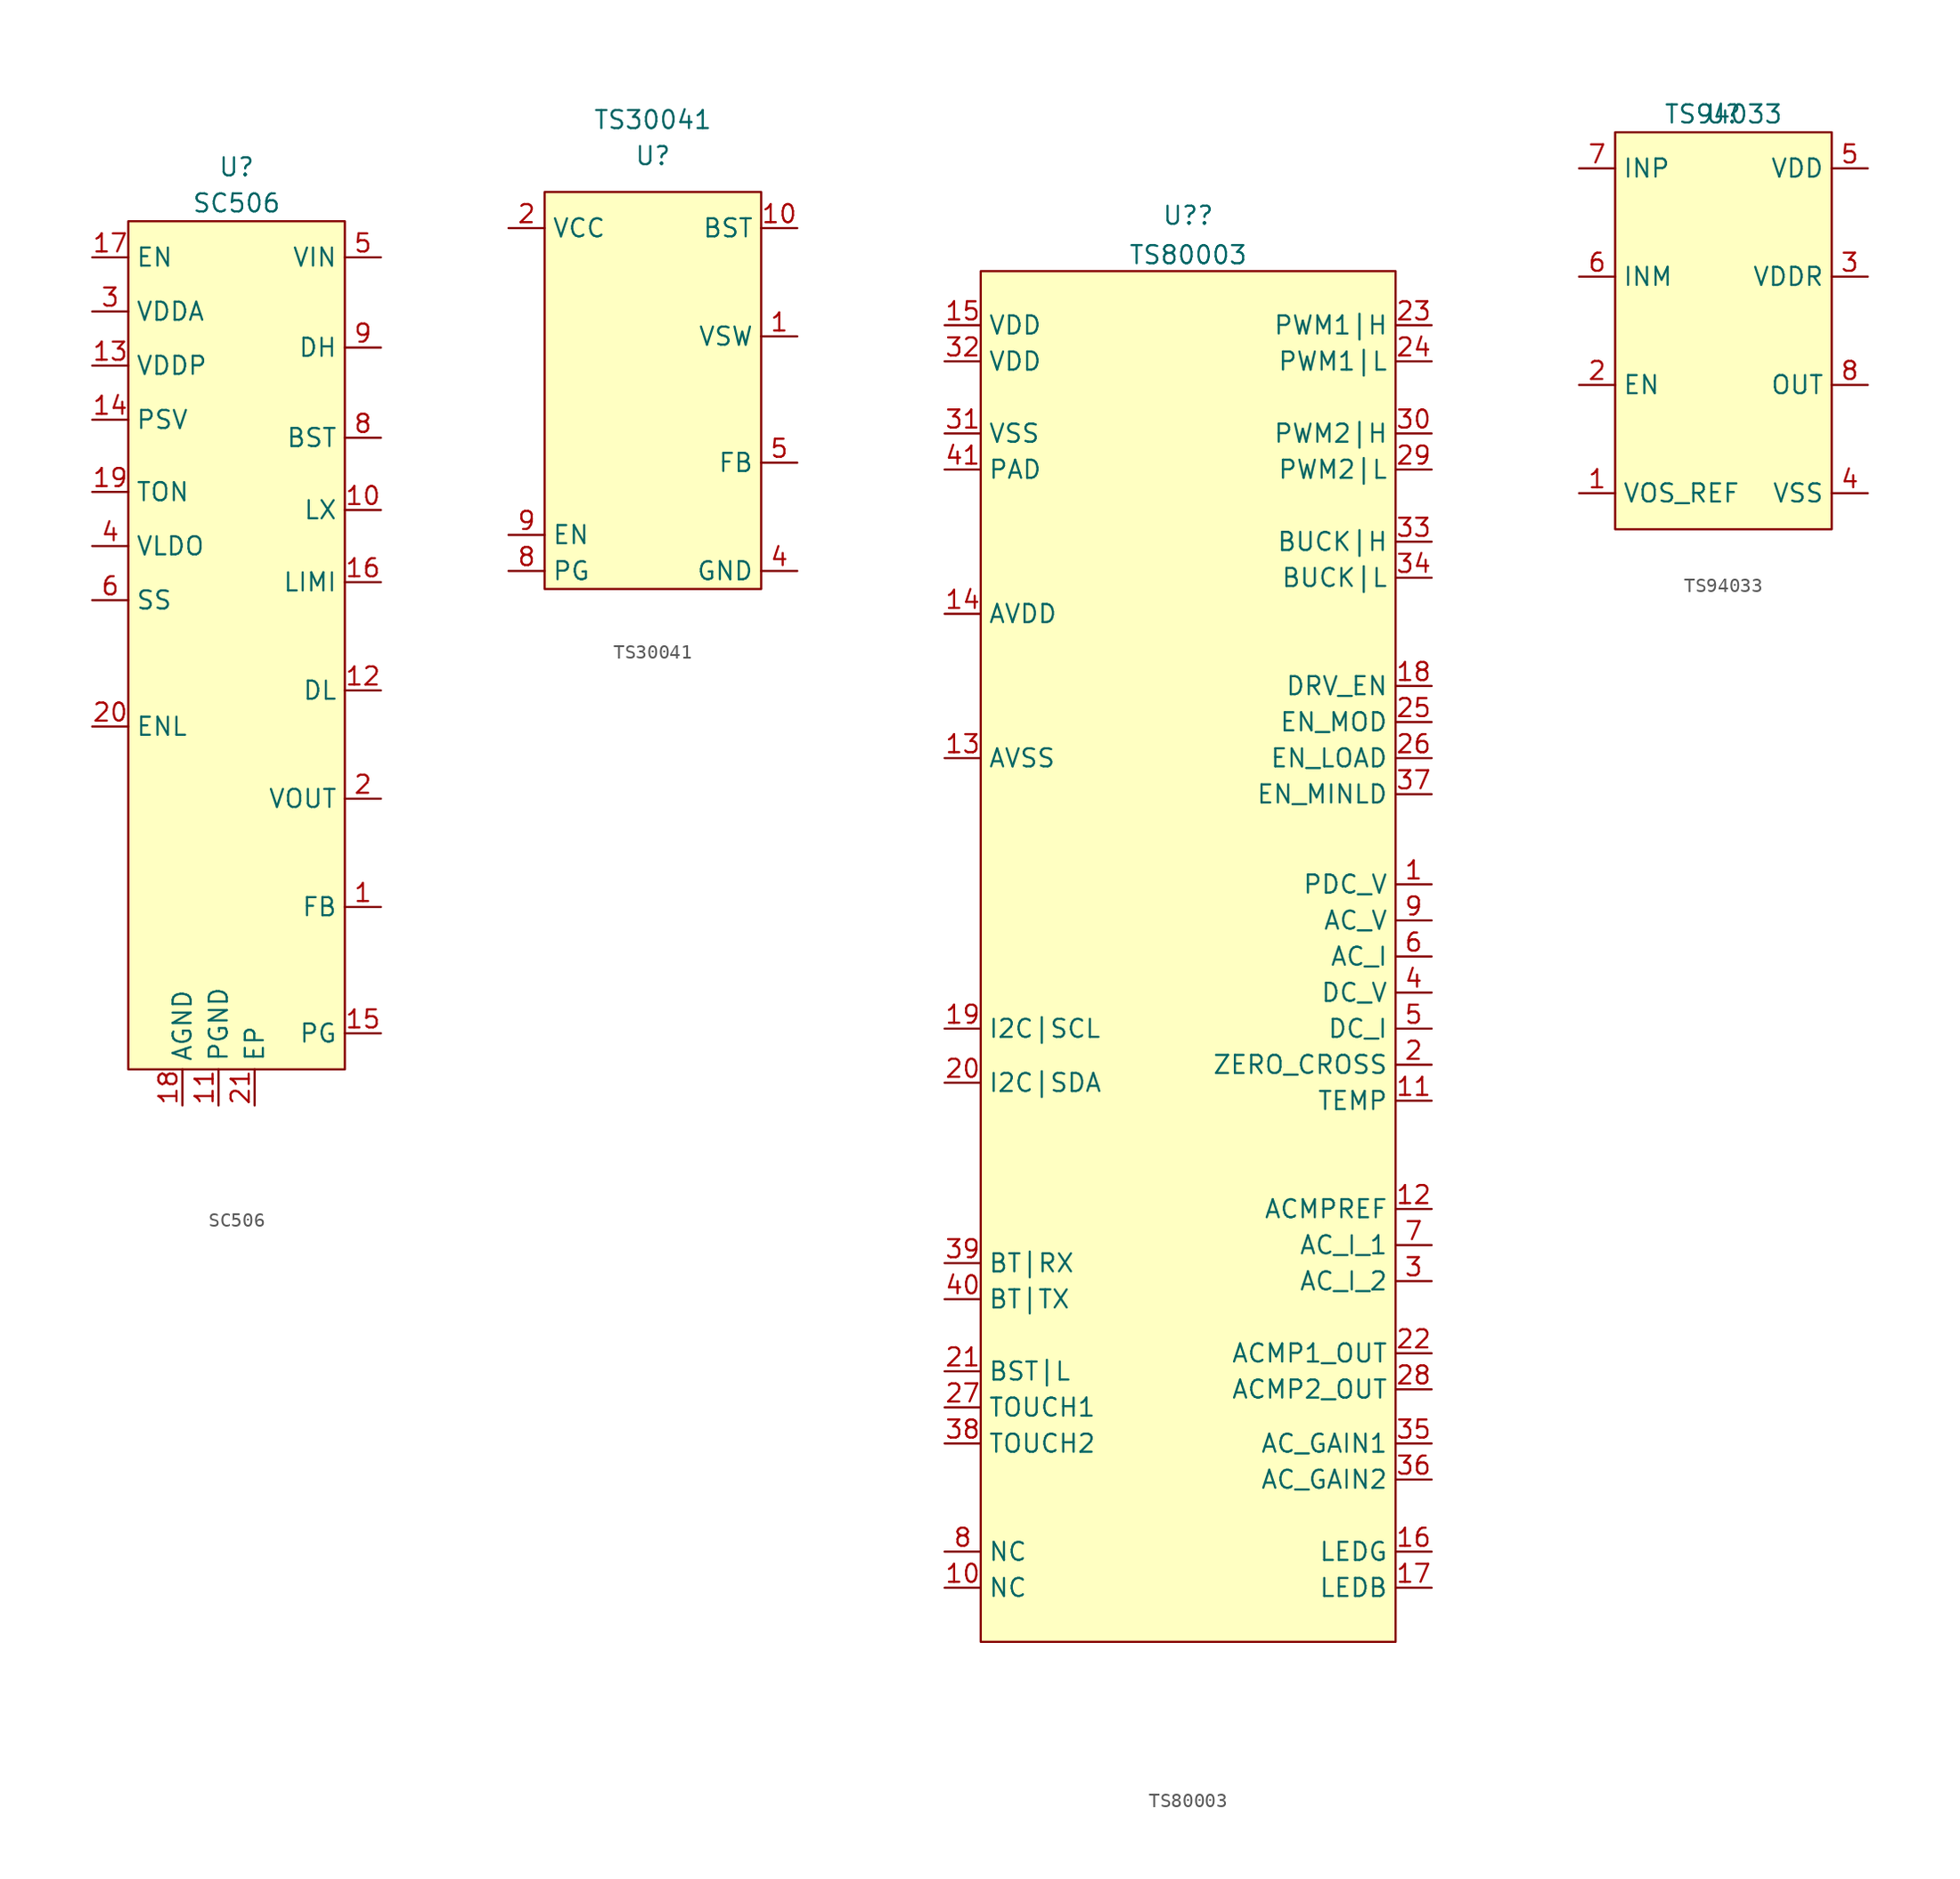
<source format=kicad_sym>
(kicad_symbol_lib
  (version 20211014)
  (generator kicad_symbol_editor)
  (symbol "SC506"
    (property "Reference" "U"
      (at 0 24.13 0)
      (effects (font (size 1.27 1.27))))
    (property "Value" "SC506"
      (at 0 21.59 0)
      (effects (font (size 1.27 1.27))))
    (symbol "SC506_0_1"
      (rectangle (start -7.62 20.32) (end 7.62 -39.37) (stroke (width 0.152) (type default) (color 0 0 0 0)) (fill (type background))))
    (symbol "SC506_1_1"
      (pin input line (at 10.16 -27.94 180) (length 2.54) (name "FB" (effects (font (size 1.27 1.27)))) (number "1" (effects (font (size 1.27 1.27)))))
      (pin output line (at 10.16 0 180) (length 2.54) (name "LX" (effects (font (size 1.27 1.27)))) (number "10" (effects (font (size 1.27 1.27)))))
      (pin passive line (at -1.27 -41.91 90) (length 2.54) (name "PGND" (effects (font (size 1.27 1.27)))) (number "11" (effects (font (size 1.27 1.27)))))
      (pin output line (at 10.16 -12.7 180) (length 2.54) (name "DL" (effects (font (size 1.27 1.27)))) (number "12" (effects (font (size 1.27 1.27)))))
      (pin passive line (at -10.16 10.16 0) (length 2.54) (name "VDDP" (effects (font (size 1.27 1.27)))) (number "13" (effects (font (size 1.27 1.27)))))
      (pin output line (at -10.16 6.35 0) (length 2.54) (name "PSV" (effects (font (size 1.27 1.27)))) (number "14" (effects (font (size 1.27 1.27)))))
      (pin output line (at 10.16 -36.83 180) (length 2.54) (name "PG" (effects (font (size 1.27 1.27)))) (number "15" (effects (font (size 1.27 1.27)))))
      (pin output line (at 10.16 -5.08 180) (length 2.54) (name "LIMI" (effects (font (size 1.27 1.27)))) (number "16" (effects (font (size 1.27 1.27)))))
      (pin input line (at -10.16 17.78 0) (length 2.54) (name "EN" (effects (font (size 1.27 1.27)))) (number "17" (effects (font (size 1.27 1.27)))))
      (pin passive line (at -3.81 -41.91 90) (length 2.54) (name "AGND" (effects (font (size 1.27 1.27)))) (number "18" (effects (font (size 1.27 1.27)))))
      (pin output line (at -10.16 1.27 0) (length 2.54) (name "TON" (effects (font (size 1.27 1.27)))) (number "19" (effects (font (size 1.27 1.27)))))
      (pin input line (at 10.16 -20.32 180) (length 2.54) (name "VOUT" (effects (font (size 1.27 1.27)))) (number "2" (effects (font (size 1.27 1.27)))))
      (pin input line (at -10.16 -15.24 0) (length 2.54) (name "ENL" (effects (font (size 1.27 1.27)))) (number "20" (effects (font (size 1.27 1.27)))))
      (pin passive line (at 1.27 -41.91 90) (length 2.54) (name "EP" (effects (font (size 1.27 1.27)))) (number "21" (effects (font (size 1.27 1.27)))))
      (pin passive line (at -10.16 13.97 0) (length 2.54) (name "VDDA" (effects (font (size 1.27 1.27)))) (number "3" (effects (font (size 1.27 1.27)))))
      (pin output line (at -10.16 -2.54 0) (length 2.54) (name "VLDO" (effects (font (size 1.27 1.27)))) (number "4" (effects (font (size 1.27 1.27)))))
      (pin input line (at 10.16 17.78 180) (length 2.54) (name "VIN" (effects (font (size 1.27 1.27)))) (number "5" (effects (font (size 1.27 1.27)))))
      (pin output line (at -10.16 -6.35 0) (length 2.54) (name "SS" (effects (font (size 1.27 1.27)))) (number "6" (effects (font (size 1.27 1.27)))))
      (pin no_connect line (at 0 -10.16 270) (length 2.54) hide (name "NC" (effects (font (size 1.27 1.27)))) (number "7" (effects (font (size 1.27 1.27)))))
      (pin output line (at 10.16 5.08 180) (length 2.54) (name "BST" (effects (font (size 1.27 1.27)))) (number "8" (effects (font (size 1.27 1.27)))))
      (pin output line (at 10.16 11.43 180) (length 2.54) (name "DH" (effects (font (size 1.27 1.27)))) (number "9" (effects (font (size 1.27 1.27)))))))
  (symbol "TS30041"
    (property "Reference" "U"
      (at 0 19.05 0)
      (effects (font (size 1.27 1.27))))
    (property "Value" "TS30041"
      (at 0 21.59 0)
      (effects (font (size 1.27 1.27))))
    (symbol "TS30041_0_1"
      (rectangle (start -7.62 16.51) (end 7.62 -11.43) (stroke (width 0.152) (type default) (color 0 0 0 0)) (fill (type background))))
    (symbol "TS30041_1_1"
      (pin passive line (at 10.16 6.35 180) (length 2.54) (name "VSW" (effects (font (size 1.27 1.27)))) (number "1" (effects (font (size 1.27 1.27)))))
      (pin output line (at 10.16 13.97 180) (length 2.54) (name "BST" (effects (font (size 1.27 1.27)))) (number "10" (effects (font (size 1.27 1.27)))))
      (pin passive line (at -10.16 13.97 0) (length 2.54) hide (name "VCC" (effects (font (size 1.27 1.27)))) (number "11" (effects (font (size 1.27 1.27)))))
      (pin passive line (at 10.16 6.35 180) (length 2.54) hide (name "VSW" (effects (font (size 1.27 1.27)))) (number "12" (effects (font (size 1.27 1.27)))))
      (pin passive line (at 10.16 6.35 180) (length 2.54) hide (name "VSW" (effects (font (size 1.27 1.27)))) (number "13" (effects (font (size 1.27 1.27)))))
      (pin passive line (at 10.16 -10.16 180) (length 2.54) hide (name "GND" (effects (font (size 1.27 1.27)))) (number "14" (effects (font (size 1.27 1.27)))))
      (pin passive line (at 10.16 -10.16 180) (length 2.54) hide (name "GND" (effects (font (size 1.27 1.27)))) (number "15" (effects (font (size 1.27 1.27)))))
      (pin passive line (at 10.16 6.35 180) (length 2.54) hide (name "VSW" (effects (font (size 1.27 1.27)))) (number "16" (effects (font (size 1.27 1.27)))))
      (pin passive line (at 10.16 -10.16 180) (length 2.54) hide (name "GND" (effects (font (size 1.27 1.27)))) (number "17" (effects (font (size 1.27 1.27)))))
      (pin passive line (at -10.16 13.97 0) (length 2.54) (name "VCC" (effects (font (size 1.27 1.27)))) (number "2" (effects (font (size 1.27 1.27)))))
      (pin passive line (at -10.16 13.97 0) (length 2.54) hide (name "VCC" (effects (font (size 1.27 1.27)))) (number "3" (effects (font (size 1.27 1.27)))))
      (pin passive line (at 10.16 -10.16 180) (length 2.54) (name "GND" (effects (font (size 1.27 1.27)))) (number "4" (effects (font (size 1.27 1.27)))))
      (pin input line (at 10.16 -2.54 180) (length 2.54) (name "FB" (effects (font (size 1.27 1.27)))) (number "5" (effects (font (size 1.27 1.27)))))
      (pin no_connect line (at 0 3.81 0) (length 2.54) hide (name "NC" (effects (font (size 1.27 1.27)))) (number "6" (effects (font (size 1.27 1.27)))))
      (pin no_connect line (at 0 1.27 0) (length 2.54) hide (name "NC" (effects (font (size 1.27 1.27)))) (number "7" (effects (font (size 1.27 1.27)))))
      (pin input line (at -10.16 -10.16 0) (length 2.54) (name "PG" (effects (font (size 1.27 1.27)))) (number "8" (effects (font (size 1.27 1.27)))))
      (pin input line (at -10.16 -7.62 0) (length 2.54) (name "EN" (effects (font (size 1.27 1.27)))) (number "9" (effects (font (size 1.27 1.27)))))))
  (symbol "TS80003"
    (property "Reference" "U?"
      (at -0.635 44.556 0)
      (effects (font (size 1.27 1.27))))
    (property "Value" "TS80003"
      (at -0.635 41.781 0)
      (effects (font (size 1.27 1.27))))
    (symbol "TS80003_0_1"
      (rectangle (start -15.24 40.64) (end 13.97 -55.88) (stroke (width 0.152) (type default) (color 0 0 0 0)) (fill (type background))))
    (symbol "TS80003_1_1"
      (pin output line (at 16.51 -2.54 180) (length 2.54) (name "PDC_V" (effects (font (size 1.27 1.27)))) (number "1" (effects (font (size 1.27 1.27)))))
      (pin input line (at -17.78 -52.07 0) (length 2.54) (name "NC" (effects (font (size 1.27 1.27)))) (number "10" (effects (font (size 1.27 1.27)))))
      (pin input line (at 16.51 -17.78 180) (length 2.54) (name "TEMP" (effects (font (size 1.27 1.27)))) (number "11" (effects (font (size 1.27 1.27)))))
      (pin input line (at 16.51 -25.4 180) (length 2.54) (name "ACMPREF" (effects (font (size 1.27 1.27)))) (number "12" (effects (font (size 1.27 1.27)))))
      (pin passive line (at -17.78 6.35 0) (length 2.54) (name "AVSS" (effects (font (size 1.27 1.27)))) (number "13" (effects (font (size 1.27 1.27)))))
      (pin power_in line (at -17.78 16.51 0) (length 2.54) (name "AVDD" (effects (font (size 1.27 1.27)))) (number "14" (effects (font (size 1.27 1.27)))))
      (pin power_in line (at -17.78 36.83 0) (length 2.54) (name "VDD" (effects (font (size 1.27 1.27)))) (number "15" (effects (font (size 1.27 1.27)))))
      (pin output line (at 16.51 -49.53 180) (length 2.54) (name "LEDG" (effects (font (size 1.27 1.27)))) (number "16" (effects (font (size 1.27 1.27)))))
      (pin output line (at 16.51 -52.07 180) (length 2.54) (name "LEDB" (effects (font (size 1.27 1.27)))) (number "17" (effects (font (size 1.27 1.27)))))
      (pin output line (at 16.51 11.43 180) (length 2.54) (name "DRV_EN" (effects (font (size 1.27 1.27)))) (number "18" (effects (font (size 1.27 1.27)))))
      (pin input line (at -17.78 -12.7 0) (length 2.54) (name "I2C|SCL" (effects (font (size 1.27 1.27)))) (number "19" (effects (font (size 1.27 1.27)))))
      (pin input line (at 16.51 -15.24 180) (length 2.54) (name "ZERO_CROSS" (effects (font (size 1.27 1.27)))) (number "2" (effects (font (size 1.27 1.27)))))
      (pin input line (at -17.78 -16.51 0) (length 2.54) (name "I2C|SDA" (effects (font (size 1.27 1.27)))) (number "20" (effects (font (size 1.27 1.27)))))
      (pin input line (at -17.78 -36.83 0) (length 2.54) (name "BST|L" (effects (font (size 1.27 1.27)))) (number "21" (effects (font (size 1.27 1.27)))))
      (pin output line (at 16.51 -35.56 180) (length 2.54) (name "ACMP1_OUT" (effects (font (size 1.27 1.27)))) (number "22" (effects (font (size 1.27 1.27)))))
      (pin output line (at 16.51 36.83 180) (length 2.54) (name "PWM1|H" (effects (font (size 1.27 1.27)))) (number "23" (effects (font (size 1.27 1.27)))))
      (pin output line (at 16.51 34.29 180) (length 2.54) (name "PWM1|L" (effects (font (size 1.27 1.27)))) (number "24" (effects (font (size 1.27 1.27)))))
      (pin output line (at 16.51 8.89 180) (length 2.54) (name "EN_MOD" (effects (font (size 1.27 1.27)))) (number "25" (effects (font (size 1.27 1.27)))))
      (pin output line (at 16.51 6.35 180) (length 2.54) (name "EN_LOAD" (effects (font (size 1.27 1.27)))) (number "26" (effects (font (size 1.27 1.27)))))
      (pin input line (at -17.78 -39.37 0) (length 2.54) (name "TOUCH1" (effects (font (size 1.27 1.27)))) (number "27" (effects (font (size 1.27 1.27)))))
      (pin input line (at 16.51 -38.1 180) (length 2.54) (name "ACMP2_OUT" (effects (font (size 1.27 1.27)))) (number "28" (effects (font (size 1.27 1.27)))))
      (pin output line (at 16.51 26.67 180) (length 2.54) (name "PWM2|L" (effects (font (size 1.27 1.27)))) (number "29" (effects (font (size 1.27 1.27)))))
      (pin input line (at 16.51 -30.48 180) (length 2.54) (name "AC_I_2" (effects (font (size 1.27 1.27)))) (number "3" (effects (font (size 1.27 1.27)))))
      (pin output line (at 16.51 29.21 180) (length 2.54) (name "PWM2|H" (effects (font (size 1.27 1.27)))) (number "30" (effects (font (size 1.27 1.27)))))
      (pin passive line (at -17.78 29.21 0) (length 2.54) (name "VSS" (effects (font (size 1.27 1.27)))) (number "31" (effects (font (size 1.27 1.27)))))
      (pin power_in line (at -17.78 34.29 0) (length 2.54) (name "VDD" (effects (font (size 1.27 1.27)))) (number "32" (effects (font (size 1.27 1.27)))))
      (pin output line (at 16.51 21.59 180) (length 2.54) (name "BUCK|H" (effects (font (size 1.27 1.27)))) (number "33" (effects (font (size 1.27 1.27)))))
      (pin output line (at 16.51 19.05 180) (length 2.54) (name "BUCK|L" (effects (font (size 1.27 1.27)))) (number "34" (effects (font (size 1.27 1.27)))))
      (pin input line (at 16.51 -41.91 180) (length 2.54) (name "AC_GAIN1" (effects (font (size 1.27 1.27)))) (number "35" (effects (font (size 1.27 1.27)))))
      (pin input line (at 16.51 -44.45 180) (length 2.54) (name "AC_GAIN2" (effects (font (size 1.27 1.27)))) (number "36" (effects (font (size 1.27 1.27)))))
      (pin input line (at 16.51 3.81 180) (length 2.54) (name "EN_MINLD" (effects (font (size 1.27 1.27)))) (number "37" (effects (font (size 1.27 1.27)))))
      (pin input line (at -17.78 -41.91 0) (length 2.54) (name "TOUCH2" (effects (font (size 1.27 1.27)))) (number "38" (effects (font (size 1.27 1.27)))))
      (pin input line (at -17.78 -29.21 0) (length 2.54) (name "BT|RX" (effects (font (size 1.27 1.27)))) (number "39" (effects (font (size 1.27 1.27)))))
      (pin input line (at 16.51 -10.16 180) (length 2.54) (name "DC_V" (effects (font (size 1.27 1.27)))) (number "4" (effects (font (size 1.27 1.27)))))
      (pin input line (at -17.78 -31.75 0) (length 2.54) (name "BT|TX" (effects (font (size 1.27 1.27)))) (number "40" (effects (font (size 1.27 1.27)))))
      (pin passive line (at -17.78 26.67 0) (length 2.54) (name "PAD" (effects (font (size 1.27 1.27)))) (number "41" (effects (font (size 1.27 1.27)))))
      (pin input line (at 16.51 -12.7 180) (length 2.54) (name "DC_I" (effects (font (size 1.27 1.27)))) (number "5" (effects (font (size 1.27 1.27)))))
      (pin input line (at 16.51 -7.62 180) (length 2.54) (name "AC_I" (effects (font (size 1.27 1.27)))) (number "6" (effects (font (size 1.27 1.27)))))
      (pin output line (at 16.51 -27.94 180) (length 2.54) (name "AC_I_1" (effects (font (size 1.27 1.27)))) (number "7" (effects (font (size 1.27 1.27)))))
      (pin input line (at -17.78 -49.53 0) (length 2.54) (name "NC" (effects (font (size 1.27 1.27)))) (number "8" (effects (font (size 1.27 1.27)))))
      (pin input line (at 16.51 -5.08 180) (length 2.54) (name "AC_V" (effects (font (size 1.27 1.27)))) (number "9" (effects (font (size 1.27 1.27)))))))
  (symbol "TS94033"
    (property "Reference" "U"
      (at 0 15.24 0)
      (effects (font (size 1.27 1.27))))
    (property "Value" "TS94033"
      (at 0 15.24 0)
      (effects (font (size 1.27 1.27))))
    (symbol "TS94033_0_1"
      (rectangle (start -7.62 13.97) (end 7.62 -13.97) (stroke (width 0) (type default) (color 0 0 0 0)) (fill (type background))))
    (symbol "TS94033_1_1"
      (pin input line (at -10.16 -11.43 0) (length 2.54) (name "VOS_REF" (effects (font (size 1.27 1.27)))) (number "1" (effects (font (size 1.27 1.27)))))
      (pin input line (at -10.16 -3.81 0) (length 2.54) (name "EN" (effects (font (size 1.27 1.27)))) (number "2" (effects (font (size 1.27 1.27)))))
      (pin passive line (at 10.16 3.81 180) (length 2.54) (name "VDDR" (effects (font (size 1.27 1.27)))) (number "3" (effects (font (size 1.27 1.27)))))
      (pin input line (at 10.16 -11.43 180) (length 2.54) (name "VSS" (effects (font (size 1.27 1.27)))) (number "4" (effects (font (size 1.27 1.27)))))
      (pin output line (at 10.16 11.43 180) (length 2.54) (name "VDD" (effects (font (size 1.27 1.27)))) (number "5" (effects (font (size 1.27 1.27)))))
      (pin input line (at -10.16 3.81 0) (length 2.54) (name "INM" (effects (font (size 1.27 1.27)))) (number "6" (effects (font (size 1.27 1.27)))))
      (pin input line (at -10.16 11.43 0) (length 2.54) (name "INP" (effects (font (size 1.27 1.27)))) (number "7" (effects (font (size 1.27 1.27)))))
      (pin output line (at 10.16 -3.81 180) (length 2.54) (name "OUT" (effects (font (size 1.27 1.27)))) (number "8" (effects (font (size 1.27 1.27))))))))
</source>
